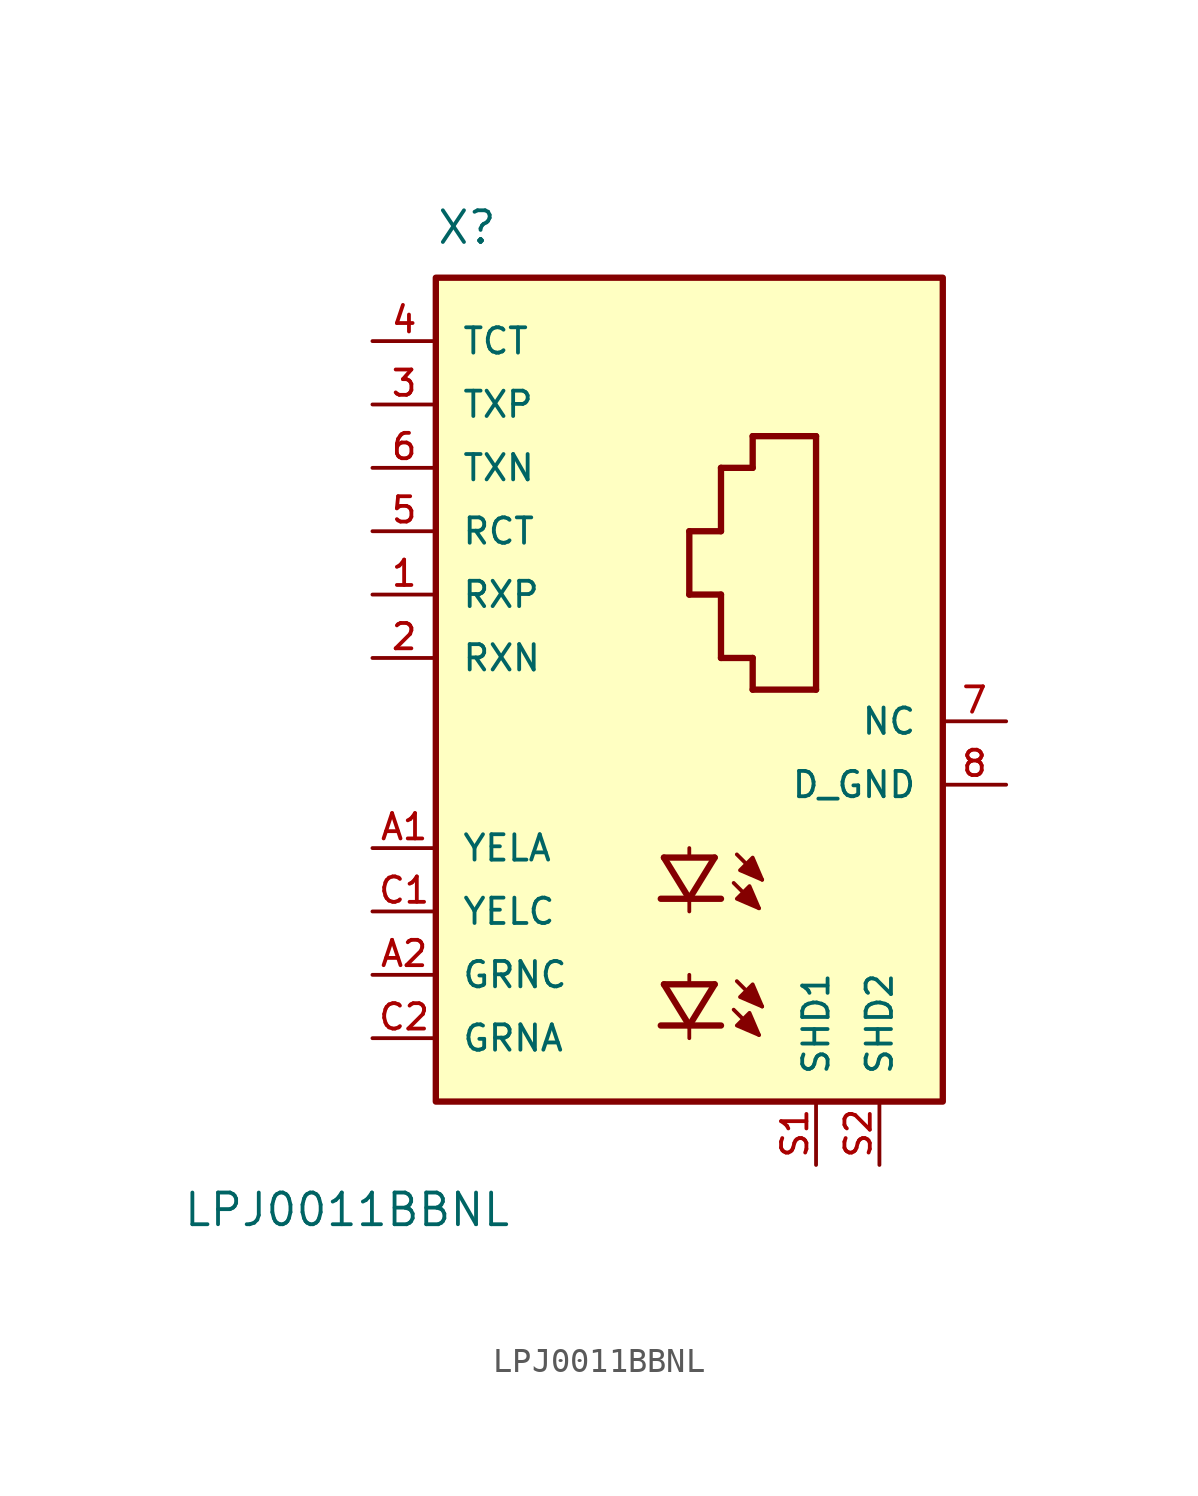
<source format=kicad_sym>
(kicad_symbol_lib
  (version 20211014)
  (generator kicad_symbol_editor)
  (symbol "LPJ0011BBNL"
    (pin_names
      (offset 1.016))
    (property "Reference" "X"
      (at -7.62 19.05 0)
      (effects (font (size 1.27 1.27)) (justify bottom left)))
    (property "Value" "LPJ0011BBNL"
      (at -17.78 -20.32 0)
      (effects (font (size 1.27 1.27)) (justify bottom left)))
    (symbol "LPJ0011BBNL_0_0"
      (polyline (pts (xy 7.62 1.27) (xy 7.62 11.43)) (stroke (width 0.254)))
      (polyline (pts (xy 7.62 11.43) (xy 5.08 11.43)) (stroke (width 0.254)))
      (polyline (pts (xy 5.08 11.43) (xy 5.08 10.16)) (stroke (width 0.254)))
      (polyline (pts (xy 5.08 10.16) (xy 3.81 10.16)) (stroke (width 0.254)))
      (polyline (pts (xy 3.81 10.16) (xy 3.81 7.62)) (stroke (width 0.254)))
      (polyline (pts (xy 3.81 7.62) (xy 2.54 7.62)) (stroke (width 0.254)))
      (polyline (pts (xy 2.54 7.62) (xy 2.54 5.08)) (stroke (width 0.254)))
      (polyline (pts (xy 2.54 5.08) (xy 3.81 5.08)) (stroke (width 0.254)))
      (polyline (pts (xy 3.81 5.08) (xy 3.81 2.54)) (stroke (width 0.254)))
      (polyline (pts (xy 3.81 2.54) (xy 5.08 2.54)) (stroke (width 0.254)))
      (polyline (pts (xy 5.08 2.54) (xy 5.08 1.27)) (stroke (width 0.254)))
      (polyline (pts (xy 5.08 1.27) (xy 7.62 1.27)) (stroke (width 0.254)))
      (polyline (pts (xy 1.524 -5.461) (xy 2.54 -7.112)) (stroke (width 0.254)))
      (polyline (pts (xy 2.54 -7.112) (xy 3.556 -5.461)) (stroke (width 0.254)))
      (polyline (pts (xy 1.397 -7.112) (xy 2.54 -7.112)) (stroke (width 0.254)))
      (polyline (pts (xy 2.54 -7.112) (xy 3.81 -7.112)) (stroke (width 0.254)))
      (polyline (pts (xy 1.524 -5.461) (xy 3.556 -5.461)) (stroke (width 0.254)))
      (polyline (pts (xy 4.445 -5.334) (xy 5.461 -6.35)) (stroke (width 0.152)))
      (polyline (pts (xy 4.318 -6.477) (xy 5.334 -7.493)) (stroke (width 0.152)))
      (polyline (pts (xy 2.54 -5.08) (xy 2.54 -5.334)) (stroke (width 0.152)))
      (polyline (pts (xy 2.54 -7.239) (xy 2.54 -7.62)) (stroke (width 0.152)))
      (polyline (pts (xy 1.524 -10.541) (xy 2.54 -12.192)) (stroke (width 0.254)))
      (polyline (pts (xy 2.54 -12.192) (xy 3.556 -10.541)) (stroke (width 0.254)))
      (polyline (pts (xy 1.397 -12.192) (xy 2.54 -12.192)) (stroke (width 0.254)))
      (polyline (pts (xy 2.54 -12.192) (xy 3.81 -12.192)) (stroke (width 0.254)))
      (polyline (pts (xy 1.524 -10.541) (xy 3.556 -10.541)) (stroke (width 0.254)))
      (polyline (pts (xy 4.445 -10.414) (xy 5.461 -11.43)) (stroke (width 0.152)))
      (polyline (pts (xy 4.318 -11.557) (xy 5.334 -12.573)) (stroke (width 0.152)))
      (polyline (pts (xy 2.54 -10.16) (xy 2.54 -10.414)) (stroke (width 0.152)))
      (polyline (pts (xy 2.54 -12.319) (xy 2.54 -12.7)) (stroke (width 0.152)))
      (polyline (pts (xy 5.461 -6.35) (xy 5.08 -5.461) (xy 4.572 -5.969) (xy 5.461 -6.35)) (stroke (width 0.152)) (fill (type outline)))
      (polyline (pts (xy 5.334 -7.493) (xy 4.953 -6.604) (xy 4.445 -7.112) (xy 5.334 -7.493)) (stroke (width 0.152)) (fill (type outline)))
      (polyline (pts (xy 5.461 -11.43) (xy 5.08 -10.541) (xy 4.572 -11.049) (xy 5.461 -11.43)) (stroke (width 0.152)) (fill (type outline)))
      (polyline (pts (xy 5.334 -12.573) (xy 4.953 -11.684) (xy 4.445 -12.192) (xy 5.334 -12.573)) (stroke (width 0.152)) (fill (type outline)))
      (rectangle (start -7.62 -15.24) (end 12.7 17.78) (stroke (width 0.254)) (fill (type background)))
      (pin passive line (at -10.16 5.08 0) (length 2.54) (name "RXP" (effects (font (size 1.016 1.016)))) (number "1" (effects (font (size 1.016 1.016)))))
      (pin passive line (at -10.16 2.54 0) (length 2.54) (name "RXN" (effects (font (size 1.016 1.016)))) (number "2" (effects (font (size 1.016 1.016)))))
      (pin passive line (at -10.16 12.7 0) (length 2.54) (name "TXP" (effects (font (size 1.016 1.016)))) (number "3" (effects (font (size 1.016 1.016)))))
      (pin passive line (at -10.16 15.24 0) (length 2.54) (name "TCT" (effects (font (size 1.016 1.016)))) (number "4" (effects (font (size 1.016 1.016)))))
      (pin passive line (at -10.16 7.62 0) (length 2.54) (name "RCT" (effects (font (size 1.016 1.016)))) (number "5" (effects (font (size 1.016 1.016)))))
      (pin passive line (at -10.16 10.16 0) (length 2.54) (name "TXN" (effects (font (size 1.016 1.016)))) (number "6" (effects (font (size 1.016 1.016)))))
      (pin passive line (at 15.24 0.0 180.0) (length 2.54) (name "NC" (effects (font (size 1.016 1.016)))) (number "7" (effects (font (size 1.016 1.016)))))
      (pin passive line (at 15.24 -2.54 180.0) (length 2.54) (name "D_GND" (effects (font (size 1.016 1.016)))) (number "8" (effects (font (size 1.016 1.016)))))
      (pin passive line (at -10.16 -7.62 0) (length 2.54) (name "YELC" (effects (font (size 1.016 1.016)))) (number "C1" (effects (font (size 1.016 1.016)))))
      (pin passive line (at -10.16 -5.08 0) (length 2.54) (name "YELA" (effects (font (size 1.016 1.016)))) (number "A1" (effects (font (size 1.016 1.016)))))
      (pin passive line (at -10.16 -12.7 0) (length 2.54) (name "GRNA" (effects (font (size 1.016 1.016)))) (number "C2" (effects (font (size 1.016 1.016)))))
      (pin passive line (at -10.16 -10.16 0) (length 2.54) (name "GRNC" (effects (font (size 1.016 1.016)))) (number "A2" (effects (font (size 1.016 1.016)))))
      (pin passive line (at 7.62 -17.78 90.0) (length 2.54) (name "SHD1" (effects (font (size 1.016 1.016)))) (number "S1" (effects (font (size 1.016 1.016)))))
      (pin passive line (at 10.16 -17.78 90.0) (length 2.54) (name "SHD2" (effects (font (size 1.016 1.016)))) (number "S2" (effects (font (size 1.016 1.016))))))))
</source>
